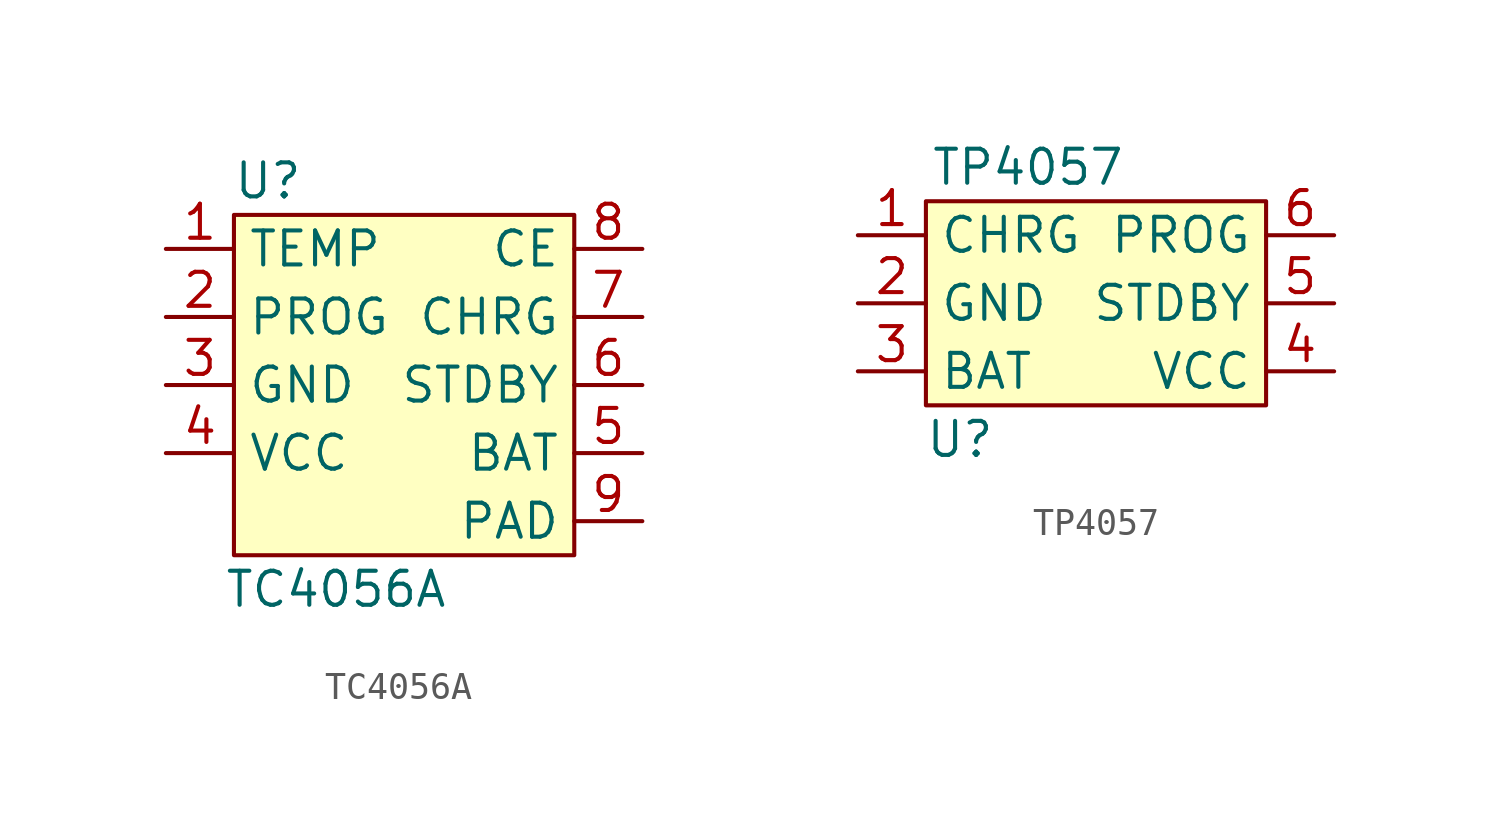
<source format=kicad_sym>
(kicad_symbol_lib
  (version 20211014)
  (generator kicad_symbol_editor)
  (symbol "TC4056A"
    (property "Reference" "U"
      (at -5.08 6.35 0)
      (effects (font (size 1.27 1.27))))
    (property "Value" "TC4056A"
      (at -2.54 -8.89 0)
      (effects (font (size 1.27 1.27))))
    (symbol "TC4056A_0_1"
      (rectangle (start -6.35 5.08) (end 6.35 -7.62) (stroke (width 0) (type default) (color 0 0 0 0)) (fill (type background))))
    (symbol "TC4056A_1_1"
      (pin free line (at -8.89 3.81 0) (length 2.54) (name "TEMP" (effects (font (size 1.27 1.27)))) (number "1" (effects (font (size 1.27 1.27)))))
      (pin free line (at -8.89 1.27 0) (length 2.54) (name "PROG" (effects (font (size 1.27 1.27)))) (number "2" (effects (font (size 1.27 1.27)))))
      (pin free line (at -8.89 -1.27 0) (length 2.54) (name "GND" (effects (font (size 1.27 1.27)))) (number "3" (effects (font (size 1.27 1.27)))))
      (pin power_in line (at -8.89 -3.81 0) (length 2.54) (name "VCC" (effects (font (size 1.27 1.27)))) (number "4" (effects (font (size 1.27 1.27)))))
      (pin free line (at 8.89 -3.81 180) (length 2.54) (name "BAT" (effects (font (size 1.27 1.27)))) (number "5" (effects (font (size 1.27 1.27)))))
      (pin free line (at 8.89 -1.27 180) (length 2.54) (name "STDBY" (effects (font (size 1.27 1.27)))) (number "6" (effects (font (size 1.27 1.27)))))
      (pin free line (at 8.89 1.27 180) (length 2.54) (name "CHRG" (effects (font (size 1.27 1.27)))) (number "7" (effects (font (size 1.27 1.27)))))
      (pin free line (at 8.89 3.81 180) (length 2.54) (name "CE" (effects (font (size 1.27 1.27)))) (number "8" (effects (font (size 1.27 1.27)))))
      (pin free line (at 8.89 -6.35 180) (length 2.54) (name "PAD" (effects (font (size 1.27 1.27)))) (number "9" (effects (font (size 1.27 1.27)))))))
  (symbol "TP4057"
    (property "Reference" "U"
      (at -5.08 -5.08 0)
      (effects (font (size 1.27 1.27))))
    (property "Value" "TP4057"
      (at -2.54 5.08 0)
      (effects (font (size 1.27 1.27))))
    (symbol "TP4057_0_1"
      (rectangle (start -6.35 3.81) (end 6.35 -3.81) (stroke (width 0) (type default) (color 0 0 0 0)) (fill (type background))))
    (symbol "TP4057_1_1"
      (pin output line (at -8.89 2.54 0) (length 2.54) (name "CHRG" (effects (font (size 1.27 1.27)))) (number "1" (effects (font (size 1.27 1.27)))))
      (pin bidirectional line (at -8.89 0 0) (length 2.54) (name "GND" (effects (font (size 1.27 1.27)))) (number "2" (effects (font (size 1.27 1.27)))))
      (pin bidirectional line (at -8.89 -2.54 0) (length 2.54) (name "BAT" (effects (font (size 1.27 1.27)))) (number "3" (effects (font (size 1.27 1.27)))))
      (pin bidirectional line (at 8.89 -2.54 180) (length 2.54) (name "VCC" (effects (font (size 1.27 1.27)))) (number "4" (effects (font (size 1.27 1.27)))))
      (pin output line (at 8.89 0 180) (length 2.54) (name "STDBY" (effects (font (size 1.27 1.27)))) (number "5" (effects (font (size 1.27 1.27)))))
      (pin bidirectional line (at 8.89 2.54 180) (length 2.54) (name "PROG" (effects (font (size 1.27 1.27)))) (number "6" (effects (font (size 1.27 1.27))))))))
</source>
